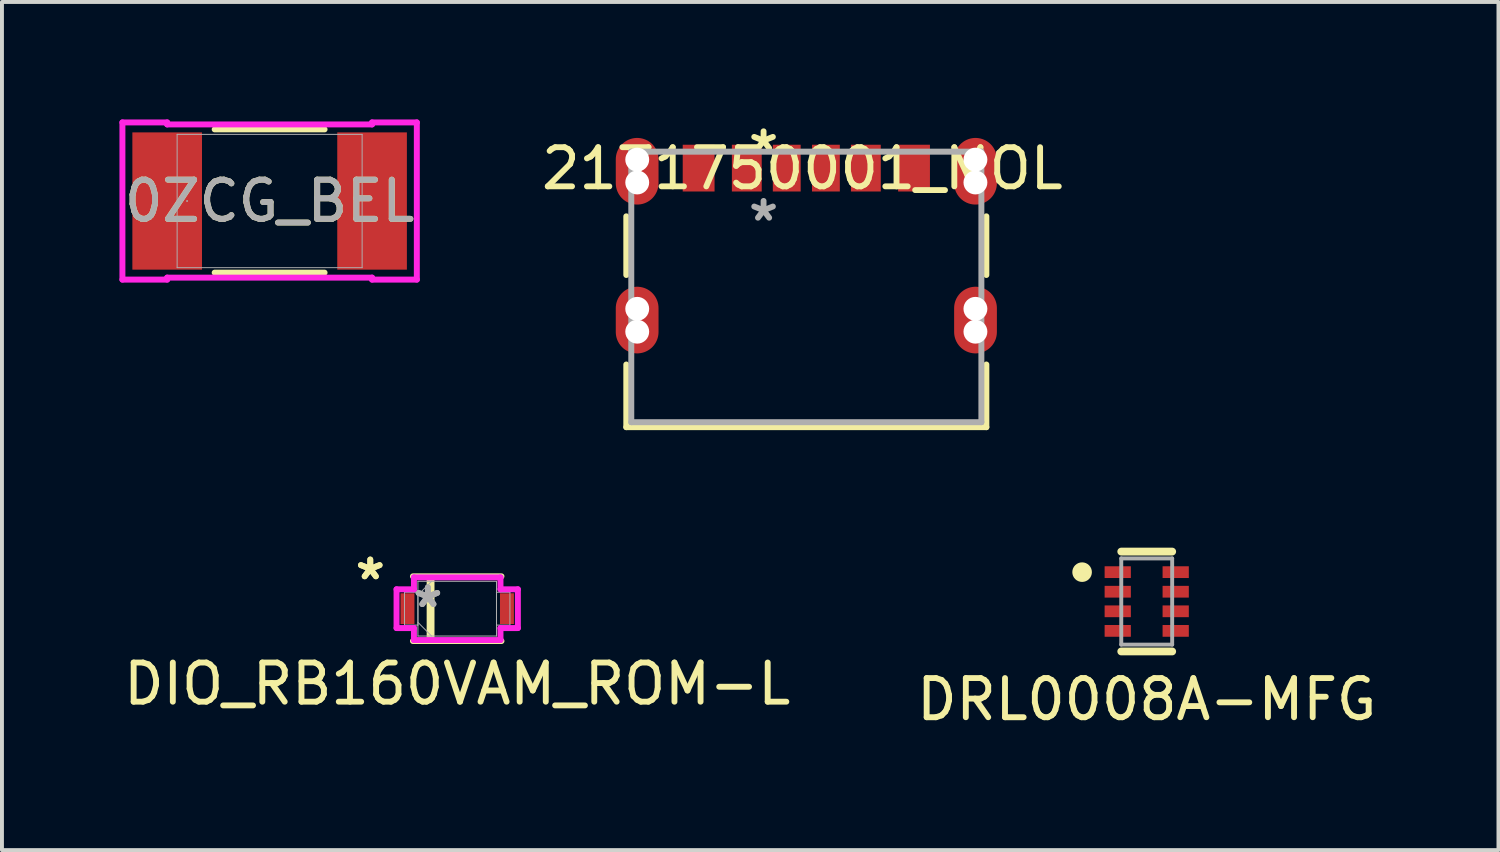
<source format=kicad_pcb>
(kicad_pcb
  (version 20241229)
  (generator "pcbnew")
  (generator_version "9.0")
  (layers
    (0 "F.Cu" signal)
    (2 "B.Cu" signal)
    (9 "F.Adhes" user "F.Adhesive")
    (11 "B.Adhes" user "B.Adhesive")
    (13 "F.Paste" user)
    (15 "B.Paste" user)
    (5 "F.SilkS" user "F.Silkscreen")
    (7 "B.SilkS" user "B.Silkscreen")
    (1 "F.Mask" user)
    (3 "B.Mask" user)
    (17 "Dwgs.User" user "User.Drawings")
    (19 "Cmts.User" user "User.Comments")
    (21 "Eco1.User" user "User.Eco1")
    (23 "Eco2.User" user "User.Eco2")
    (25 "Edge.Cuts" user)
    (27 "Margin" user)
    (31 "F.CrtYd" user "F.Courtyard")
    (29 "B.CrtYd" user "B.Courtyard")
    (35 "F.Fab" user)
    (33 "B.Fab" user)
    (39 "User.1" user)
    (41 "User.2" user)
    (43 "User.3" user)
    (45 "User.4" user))
  (footprint "DRL0008A-MFG"
    (layer "F.Cu")
    (at 26.232 12.31)
    (property "Reference" "DRL0008A-MFG" (at 0 2.5 0) (unlocked yes) (layer "F.SilkS") (effects (font (size 1 1) (thickness 0.15))))
    (attr smd)
    (fp_line (start -0.65 -1.275) (end 0.65 -1.275) (stroke (width 0.2) (type solid)) (layer "F.SilkS"))
    (fp_line (start -0.65 1.275) (end 0.65 1.275) (stroke (width 0.2) (type solid)) (layer "F.SilkS"))
    (fp_circle (center -1.65 -0.75) (end -1.525 -0.75) (stroke (width 0.25) (type solid)) (fill no) (layer "F.SilkS"))
    (fp_line (start -0.65 -1.1) (end 0.65 -1.1) (stroke (width 0.1) (type solid)) (layer "F.Fab"))
    (fp_line (start -0.65 1.1) (end -0.65 -1.1) (stroke (width 0.1) (type solid)) (layer "F.Fab"))
    (fp_line (start -0.65 1.1) (end 0.65 1.1) (stroke (width 0.1) (type solid)) (layer "F.Fab"))
    (fp_line (start 0.65 1.1) (end 0.65 -1.1) (stroke (width 0.1) (type solid)) (layer "F.Fab"))
    (pad "1" smd rect (at -0.74 -0.75) (size 0.67 0.3) (layers "F.Cu" "F.Mask" "F.Paste"))
    (pad "2" smd rect (at -0.74 -0.25) (size 0.67 0.3) (layers "F.Cu" "F.Mask" "F.Paste"))
    (pad "3" smd rect (at -0.74 0.25) (size 0.67 0.3) (layers "F.Cu" "F.Mask" "F.Paste"))
    (pad "4" smd rect (at -0.74 0.75) (size 0.67 0.3) (layers "F.Cu" "F.Mask" "F.Paste"))
    (pad "5" smd rect (at 0.74 0.75) (size 0.67 0.3) (layers "F.Cu" "F.Mask" "F.Paste"))
    (pad "6" smd rect (at 0.74 0.25) (size 0.67 0.3) (layers "F.Cu" "F.Mask" "F.Paste"))
    (pad "7" smd rect (at 0.74 -0.25) (size 0.67 0.3) (layers "F.Cu" "F.Mask" "F.Paste"))
    (pad "8" smd rect (at 0.74 -0.75) (size 0.67 0.3) (layers "F.Cu" "F.Mask" "F.Paste")))
  (footprint "DIO_RB160VAM_ROM-L"
    (layer "F.Cu")
    (at 8.625 12.493)
    (property "Reference" "DIO_RB160VAM_ROM-L" (at 0 1.92 0) (unlocked yes) (layer "F.SilkS") (effects (font (size 1 1) (thickness 0.15))))
    (attr smd)
    (fp_line (start -1.13 0.826) (end 1.13 0.826) (stroke (width 0.152) (type solid)) (layer "F.SilkS"))
    (fp_line (start 1.13 -0.826) (end -1.13 -0.826) (stroke (width 0.152) (type solid)) (layer "F.SilkS"))
    (fp_rect (start -0.73 -0.79) (end -0.63 0.74) (stroke (width 0.1) (type default)) (fill no) (layer "F.SilkS"))
    (fp_line (start -1.549 -0.495) (end -1.105 -0.495) (stroke (width 0.152) (type solid)) (layer "F.CrtYd"))
    (fp_line (start -1.549 0.495) (end -1.549 -0.495) (stroke (width 0.152) (type solid)) (layer "F.CrtYd"))
    (fp_line (start -1.105 -0.8) (end 1.105 -0.8) (stroke (width 0.152) (type solid)) (layer "F.CrtYd"))
    (fp_line (start -1.105 -0.495) (end -1.105 -0.8) (stroke (width 0.152) (type solid)) (layer "F.CrtYd"))
    (fp_line (start -1.105 0.495) (end -1.549 0.495) (stroke (width 0.152) (type solid)) (layer "F.CrtYd"))
    (fp_line (start -1.105 0.8) (end -1.105 0.495) (stroke (width 0.152) (type solid)) (layer "F.CrtYd"))
    (fp_line (start 1.105 -0.8) (end 1.105 -0.495) (stroke (width 0.152) (type solid)) (layer "F.CrtYd"))
    (fp_line (start 1.105 -0.495) (end 1.549 -0.495) (stroke (width 0.152) (type solid)) (layer "F.CrtYd"))
    (fp_line (start 1.105 0.495) (end 1.105 0.8) (stroke (width 0.152) (type solid)) (layer "F.CrtYd"))
    (fp_line (start 1.105 0.8) (end -1.105 0.8) (stroke (width 0.152) (type solid)) (layer "F.CrtYd"))
    (fp_line (start 1.549 -0.495) (end 1.549 0.495) (stroke (width 0.152) (type solid)) (layer "F.CrtYd"))
    (fp_line (start 1.549 0.495) (end 1.105 0.495) (stroke (width 0.152) (type solid)) (layer "F.CrtYd"))
    (fp_line (start -1.346 -0.419) (end -1.346 0.419) (stroke (width 0.025) (type solid)) (layer "F.Fab"))
    (fp_line (start -1.346 0.419) (end -1.003 0.419) (stroke (width 0.025) (type solid)) (layer "F.Fab"))
    (fp_line (start -1.003 -0.699) (end -1.003 0.699) (stroke (width 0.025) (type solid)) (layer "F.Fab"))
    (fp_line (start -1.003 -0.419) (end -1.346 -0.419) (stroke (width 0.025) (type solid)) (layer "F.Fab"))
    (fp_line (start -1.003 -0.349) (end -0.654 -0.699) (stroke (width 0.025) (type solid)) (layer "F.Fab"))
    (fp_line (start -1.003 0.349) (end -0.654 0.699) (stroke (width 0.025) (type solid)) (layer "F.Fab"))
    (fp_line (start -1.003 0.419) (end -1.003 -0.419) (stroke (width 0.025) (type solid)) (layer "F.Fab"))
    (fp_line (start -1.003 0.699) (end 1.003 0.699) (stroke (width 0.025) (type solid)) (layer "F.Fab"))
    (fp_line (start 1.003 -0.699) (end -1.003 -0.699) (stroke (width 0.025) (type solid)) (layer "F.Fab"))
    (fp_line (start 1.003 -0.419) (end 1.003 0.419) (stroke (width 0.025) (type solid)) (layer "F.Fab"))
    (fp_line (start 1.003 0.419) (end 1.346 0.419) (stroke (width 0.025) (type solid)) (layer "F.Fab"))
    (fp_line (start 1.003 0.699) (end 1.003 -0.699) (stroke (width 0.025) (type solid)) (layer "F.Fab"))
    (fp_line (start 1.346 -0.419) (end 1.003 -0.419) (stroke (width 0.025) (type solid)) (layer "F.Fab"))
    (fp_line (start 1.346 0.419) (end 1.346 -0.419) (stroke (width 0.025) (type solid)) (layer "F.Fab"))
    (fp_text user "*" (at -2.22 -0.71 0) (layer "F.SilkS") (effects (font (size 1 1) (thickness 0.15))))
    (fp_text user "*" (at -2.22 -0.71 0) (unlocked yes) (layer "F.SilkS") (effects (font (size 1 1) (thickness 0.15))))
    (fp_text user "*" (at -0.749 0 0) (layer "F.Fab") (effects (font (size 1 1) (thickness 0.15))))
    (fp_text user "*" (at -0.749 0 0) (unlocked yes) (layer "F.Fab") (effects (font (size 1 1) (thickness 0.15))))
    (pad "1" smd rect (at -1.27 0) (size 0.356 0.787) (layers "F.Cu" "F.Mask" "F.Paste"))
    (pad "2" smd rect (at 1.27 0) (size 0.356 0.787) (layers "F.Cu" "F.Mask" "F.Paste"))
    (zone (net_name "") (layer "F.Cu") (hatch full 0.508) (connect_pads) (min_thickness 0.254) (filled_areas_thickness no) (keepout (tracks not_allowed) (vias not_allowed) (pads allowed) (copperpour not_allowed) (footprints allowed)) (placement (enabled no)) (fill) (polygon (pts (xy 7.584 11.845) (xy 9.666 11.845) (xy 9.666 13.141) (xy 7.584 13.141)))))
  (footprint "2171750001_MOL"
    (layer "F.Cu")
    (at 17.54 4.277)
    (property "Reference" "2171750001_MOL" (at -0.102 -3.023 0) (layer "F.SilkS") (effects (font (size 1 1) (thickness 0.15))))
    (attr smd)
    (fp_line (start -4.597 -1.803) (end -4.597 -0.305) (stroke (width 0.152) (type solid)) (layer "F.SilkS"))
    (fp_line (start -4.597 1.981) (end -4.597 3.581) (stroke (width 0.152) (type solid)) (layer "F.SilkS"))
    (fp_line (start -4.597 3.581) (end 4.597 3.581) (stroke (width 0.152) (type solid)) (layer "F.SilkS"))
    (fp_line (start 4.597 -0.305) (end 4.597 -1.803) (stroke (width 0.152) (type solid)) (layer "F.SilkS"))
    (fp_line (start 4.597 3.581) (end 4.597 1.981) (stroke (width 0.152) (type solid)) (layer "F.SilkS"))
    (fp_line (start -4.318 -2.667) (end -4.318 -3.251) (stroke (width 0.01) (type solid)) (layer "Edge.Cuts"))
    (fp_line (start -4.318 1.143) (end -4.318 0.559) (stroke (width 0.01) (type solid)) (layer "Edge.Cuts"))
    (fp_line (start 4.318 -2.667) (end 4.318 -3.251) (stroke (width 0.01) (type solid)) (layer "Edge.Cuts"))
    (fp_line (start 4.318 1.143) (end 4.318 0.559) (stroke (width 0.01) (type solid)) (layer "Edge.Cuts"))
    (fp_line (start -4.47 -3.454) (end -4.47 3.454) (stroke (width 0.152) (type solid)) (layer "F.Fab"))
    (fp_line (start -4.47 3.454) (end 4.47 3.454) (stroke (width 0.152) (type solid)) (layer "F.Fab"))
    (fp_line (start 4.47 -3.454) (end -4.47 -3.454) (stroke (width 0.152) (type solid)) (layer "F.Fab"))
    (fp_line (start 4.47 3.454) (end 4.47 -3.454) (stroke (width 0.152) (type solid)) (layer "F.Fab"))
    (fp_text user "*" (at -1.092 -3.429 0) (layer "F.SilkS") (effects (font (size 1 1) (thickness 0.15))))
    (fp_text user "*" (at -1.092 -1.651 0) (layer "F.Fab") (effects (font (size 1 1) (thickness 0.15))))
    (pad "" np_thru_hole circle (at -4.318 -3.251) (size 0.61 0.61) (drill 0.61) (layers "*.Cu" "*.Mask"))
    (pad "" np_thru_hole circle (at -4.318 -2.667) (size 0.61 0.61) (drill 0.61) (layers "*.Cu" "*.Mask"))
    (pad "" np_thru_hole circle (at -4.318 0.559) (size 0.61 0.61) (drill 0.61) (layers "*.Cu" "*.Mask"))
    (pad "" np_thru_hole circle (at -4.318 1.143) (size 0.61 0.61) (drill 0.61) (layers "*.Cu" "*.Mask"))
    (pad "" np_thru_hole circle (at 4.318 -3.251) (size 0.61 0.61) (drill 0.61) (layers "*.Cu" "*.Mask"))
    (pad "" np_thru_hole circle (at 4.318 -2.667) (size 0.61 0.61) (drill 0.61) (layers "*.Cu" "*.Mask"))
    (pad "" np_thru_hole circle (at 4.318 0.559) (size 0.61 0.61) (drill 0.61) (layers "*.Cu" "*.Mask"))
    (pad "" np_thru_hole circle (at 4.318 1.143) (size 0.61 0.61) (drill 0.61) (layers "*.Cu" "*.Mask"))
    (pad "7" smd oval (at -4.32 -2.954) (size 1.092 1.702) (layers "F.Cu" "F.Mask" "F.Paste"))
    (pad "8" smd oval (at 4.32 -2.954) (size 1.092 1.702) (layers "F.Cu" "F.Mask" "F.Paste"))
    (pad "9" smd oval (at -4.32 0.846) (size 1.092 1.702) (layers "F.Cu" "F.Mask" "F.Paste"))
    (pad "10" smd oval (at 4.32 0.846) (size 1.092 1.702) (layers "F.Cu" "F.Mask" "F.Paste"))
    (pad "A5" smd rect (at -0.5 -3.034) (size 0.711 1.194) (layers "F.Cu" "F.Mask" "F.Paste"))
    (pad "A9" smd rect (at 1.52 -3.034) (size 0.762 1.194) (layers "F.Cu" "F.Mask" "F.Paste"))
    (pad "A12" smd rect (at 2.75 -3.034) (size 0.813 1.194) (layers "F.Cu" "F.Mask" "F.Paste"))
    (pad "B5" smd rect (at 0.5 -3.034) (size 0.711 1.194) (layers "F.Cu" "F.Mask" "F.Paste"))
    (pad "B9" smd rect (at -1.52 -3.034) (size 0.762 1.194) (layers "F.Cu" "F.Mask" "F.Paste"))
    (pad "B12" smd rect (at -2.75 -3.034) (size 0.813 1.194) (layers "F.Cu" "F.Mask" "F.Paste")))
  (footprint "0ZCG_BEL"
    (layer "F.Cu")
    (at 3.835 2.083)
    (property "Reference" "0ZCG_BEL" (at 0 0 0) (unlocked yes) (layer "F.SilkS") (effects (font (size 1 1) (thickness 0.15))))
    (attr smd)
    (fp_line (start -1.403 1.829) (end 1.403 1.829) (stroke (width 0.152) (type solid)) (layer "F.SilkS"))
    (fp_line (start 1.403 -1.829) (end -1.403 -1.829) (stroke (width 0.152) (type solid)) (layer "F.SilkS"))
    (fp_line (start -3.759 -2.007) (end -2.616 -2.007) (stroke (width 0.152) (type solid)) (layer "F.CrtYd"))
    (fp_line (start -3.759 2.007) (end -3.759 -2.007) (stroke (width 0.152) (type solid)) (layer "F.CrtYd"))
    (fp_line (start -3.759 2.007) (end -2.616 2.007) (stroke (width 0.152) (type solid)) (layer "F.CrtYd"))
    (fp_line (start -2.616 -2.007) (end -2.616 -1.956) (stroke (width 0.152) (type solid)) (layer "F.CrtYd"))
    (fp_line (start -2.616 -1.956) (end 2.616 -1.956) (stroke (width 0.152) (type solid)) (layer "F.CrtYd"))
    (fp_line (start -2.616 1.956) (end 2.616 1.956) (stroke (width 0.152) (type solid)) (layer "F.CrtYd"))
    (fp_line (start -2.616 2.007) (end -2.616 1.956) (stroke (width 0.152) (type solid)) (layer "F.CrtYd"))
    (fp_line (start 2.616 -2.007) (end 3.759 -2.007) (stroke (width 0.152) (type solid)) (layer "F.CrtYd"))
    (fp_line (start 2.616 -1.956) (end 2.616 -2.007) (stroke (width 0.152) (type solid)) (layer "F.CrtYd"))
    (fp_line (start 2.616 1.956) (end 2.616 2.007) (stroke (width 0.152) (type solid)) (layer "F.CrtYd"))
    (fp_line (start 2.616 2.007) (end 3.759 2.007) (stroke (width 0.152) (type solid)) (layer "F.CrtYd"))
    (fp_line (start 3.759 -2.007) (end 3.759 2.007) (stroke (width 0.152) (type solid)) (layer "F.CrtYd"))
    (fp_line (start -2.362 -1.702) (end -2.362 1.702) (stroke (width 0.025) (type solid)) (layer "F.Fab"))
    (fp_line (start -2.362 1.702) (end 2.362 1.702) (stroke (width 0.025) (type solid)) (layer "F.Fab"))
    (fp_line (start 2.362 -1.702) (end -2.362 -1.702) (stroke (width 0.025) (type solid)) (layer "F.Fab"))
    (fp_line (start 2.362 1.702) (end 2.362 -1.702) (stroke (width 0.025) (type solid)) (layer "F.Fab"))
    (fp_circle (center -2.108 0) (end -2.108 0) (stroke (width 0.025) (type solid)) (fill no) (layer "F.Fab"))
    (fp_text user "${REFERENCE}" (at 0 0 0) (unlocked yes) (layer "F.Fab") (effects (font (size 1 1) (thickness 0.15))))
    (pad "1" smd rect (at -2.616 0) (size 1.778 3.505) (layers "F.Cu" "F.Mask" "F.Paste"))
    (pad "2" smd rect (at 2.616 0) (size 1.778 3.505) (layers "F.Cu" "F.Mask" "F.Paste"))
    (zone (net_name "") (layer "F.Cu") (hatch full 0.508) (connect_pads) (min_thickness 0.254) (filled_areas_thickness no) (keepout (tracks not_allowed) (vias not_allowed) (pads allowed) (copperpour not_allowed) (footprints allowed)) (placement (enabled no)) (fill) (polygon (pts (xy 2.159 0.381) (xy 5.512 0.381) (xy 5.512 3.785) (xy 2.159 3.785)))))
  (gr_rect
    (start -3 -3)
    (end 35.214 18.658)
    (stroke (width 0.1) (type default))
    (fill no)
    (layer "Edge.Cuts")))
</source>
